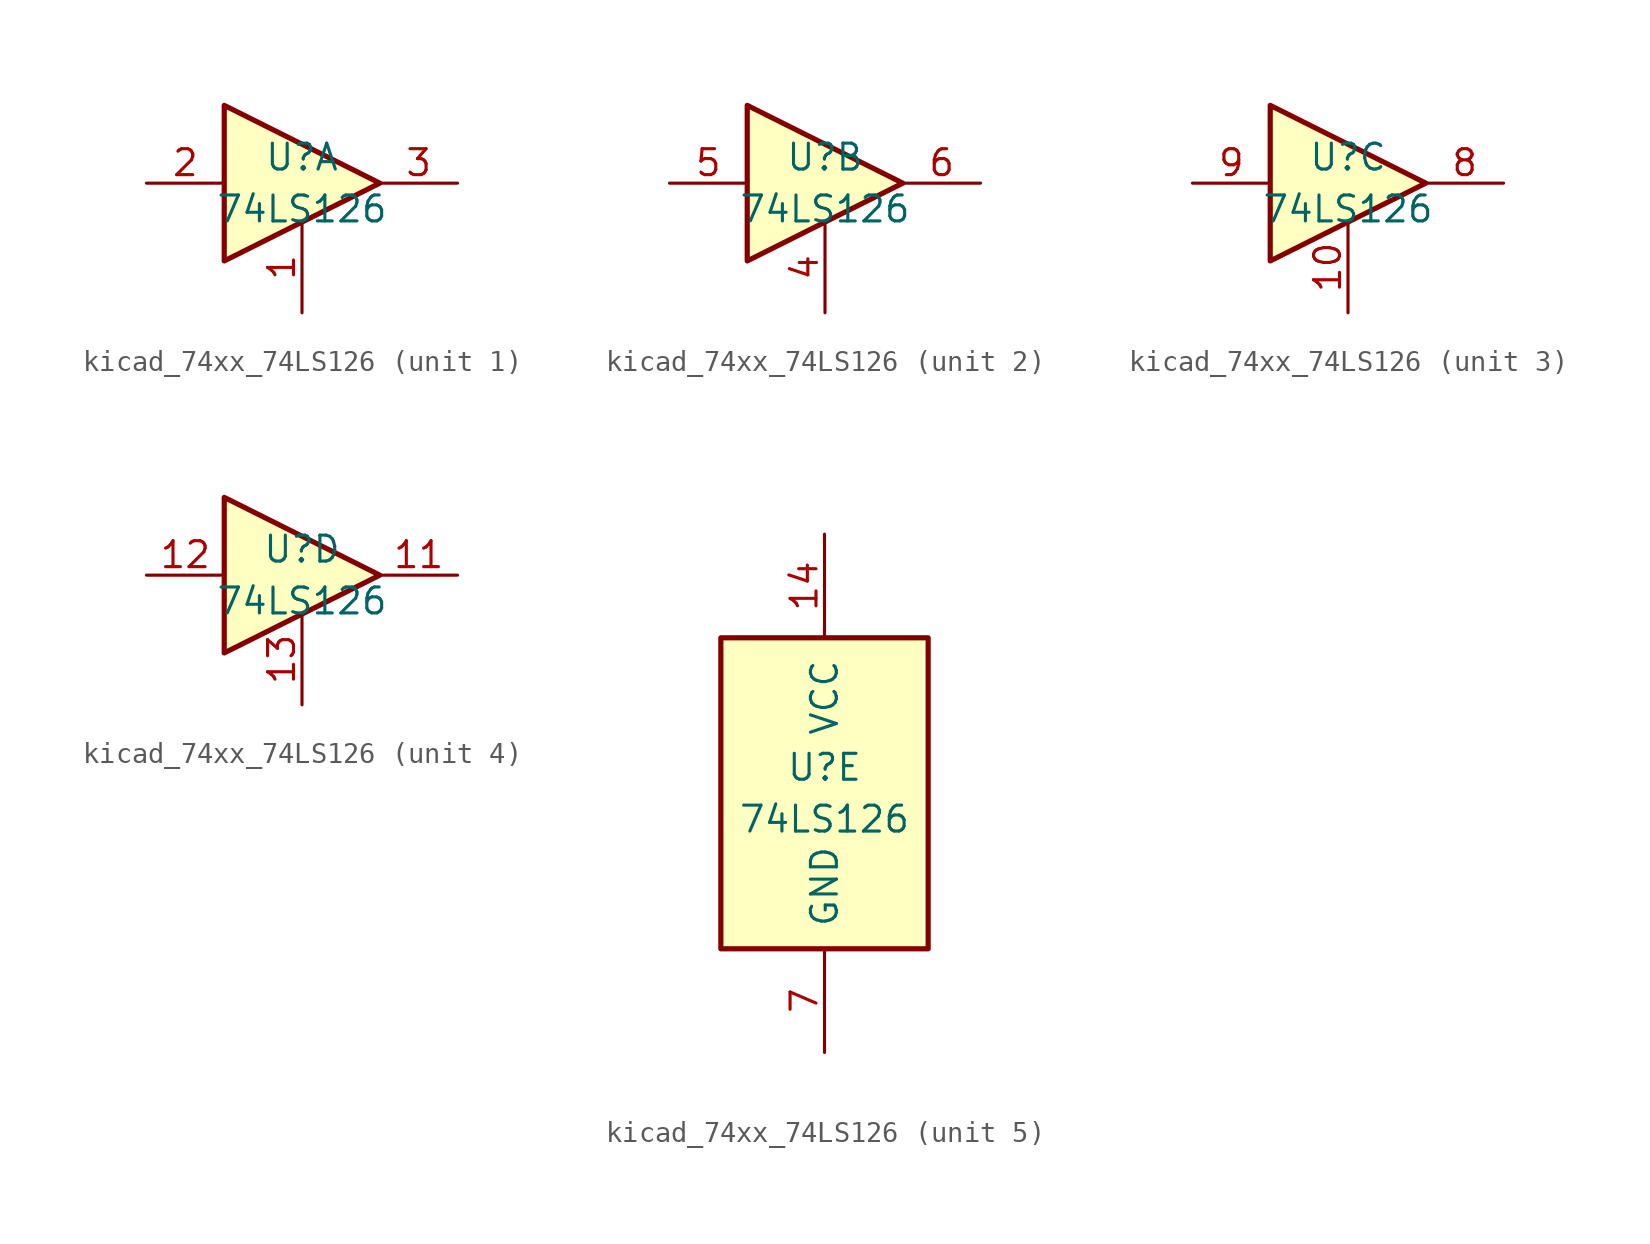
<source format=kicad_sym>
(kicad_symbol_lib
  (version 20220914)
  (generator kicad_symbol_editor)
  (symbol "kicad_74xx_74LS126"
    (pin_names
      (offset 1.016))
    (property "Reference" "U"
      (at 0 1.27 0)
      (effects (font (size 1.27 1.27))))
    (property "Value" "74LS126"
      (at 0 -1.27 0)
      (effects (font (size 1.27 1.27))))
    (property "ki_locked" ""
      (at 0 0 0)
      (effects (font (size 1.27 1.27))))
    (symbol "kicad_74xx_74LS126_1_0"
      (polyline (pts (xy -3.81 3.81) (xy -3.81 -3.81) (xy 3.81 0) (xy -3.81 3.81)) (stroke (width 0.254) (type default)) (fill (type background)))
      (pin input line (at 0 -6.35 90) (length 4.445) (name "~" (effects (font (size 1.27 1.27)))) (number "1" (effects (font (size 1.27 1.27)))))
      (pin input line (at -7.62 0 0) (length 3.81) (name "~" (effects (font (size 1.27 1.27)))) (number "2" (effects (font (size 1.27 1.27)))))
      (pin tri_state line (at 7.62 0 180) (length 3.81) (name "~" (effects (font (size 1.27 1.27)))) (number "3" (effects (font (size 1.27 1.27))))))
    (symbol "kicad_74xx_74LS126_2_0"
      (polyline (pts (xy -3.81 3.81) (xy -3.81 -3.81) (xy 3.81 0) (xy -3.81 3.81)) (stroke (width 0.254) (type default)) (fill (type background)))
      (pin input line (at 0 -6.35 90) (length 4.445) (name "~" (effects (font (size 1.27 1.27)))) (number "4" (effects (font (size 1.27 1.27)))))
      (pin input line (at -7.62 0 0) (length 3.81) (name "~" (effects (font (size 1.27 1.27)))) (number "5" (effects (font (size 1.27 1.27)))))
      (pin tri_state line (at 7.62 0 180) (length 3.81) (name "~" (effects (font (size 1.27 1.27)))) (number "6" (effects (font (size 1.27 1.27))))))
    (symbol "kicad_74xx_74LS126_3_0"
      (polyline (pts (xy -3.81 3.81) (xy -3.81 -3.81) (xy 3.81 0) (xy -3.81 3.81)) (stroke (width 0.254) (type default)) (fill (type background)))
      (pin input line (at 0 -6.35 90) (length 4.445) (name "~" (effects (font (size 1.27 1.27)))) (number "10" (effects (font (size 1.27 1.27)))))
      (pin tri_state line (at 7.62 0 180) (length 3.81) (name "~" (effects (font (size 1.27 1.27)))) (number "8" (effects (font (size 1.27 1.27)))))
      (pin input line (at -7.62 0 0) (length 3.81) (name "~" (effects (font (size 1.27 1.27)))) (number "9" (effects (font (size 1.27 1.27))))))
    (symbol "kicad_74xx_74LS126_4_0"
      (polyline (pts (xy -3.81 3.81) (xy -3.81 -3.81) (xy 3.81 0) (xy -3.81 3.81)) (stroke (width 0.254) (type default)) (fill (type background)))
      (pin tri_state line (at 7.62 0 180) (length 3.81) (name "~" (effects (font (size 1.27 1.27)))) (number "11" (effects (font (size 1.27 1.27)))))
      (pin input line (at -7.62 0 0) (length 3.81) (name "~" (effects (font (size 1.27 1.27)))) (number "12" (effects (font (size 1.27 1.27)))))
      (pin input line (at 0 -6.35 90) (length 4.445) (name "~" (effects (font (size 1.27 1.27)))) (number "13" (effects (font (size 1.27 1.27))))))
    (symbol "kicad_74xx_74LS126_5_0"
      (pin power_in line (at 0 12.7 270) (length 5.08) (name "VCC" (effects (font (size 1.27 1.27)))) (number "14" (effects (font (size 1.27 1.27)))))
      (pin power_in line (at 0 -12.7 90) (length 5.08) (name "GND" (effects (font (size 1.27 1.27)))) (number "7" (effects (font (size 1.27 1.27))))))
    (symbol "kicad_74xx_74LS126_5_1"
      (rectangle (start -5.08 7.62) (end 5.08 -7.62) (stroke (width 0.254) (type default)) (fill (type background))))))
</source>
